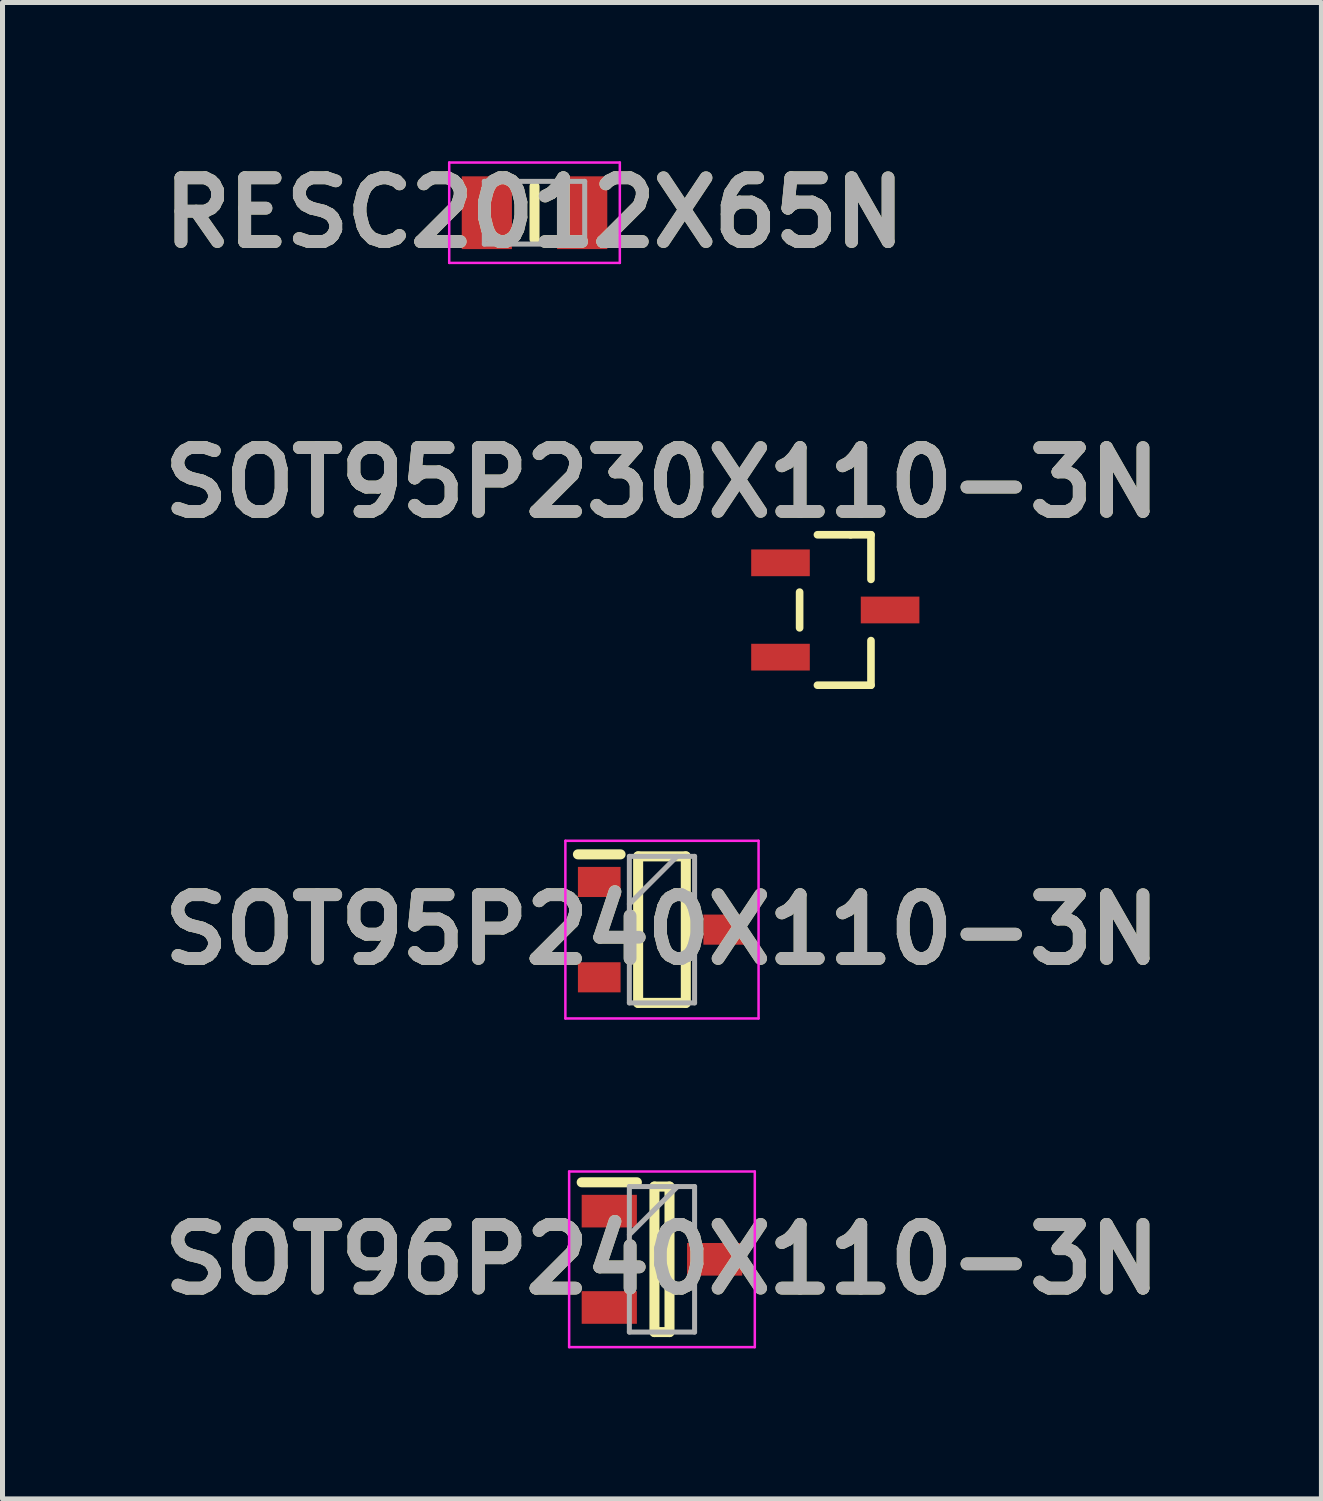
<source format=kicad_pcb>
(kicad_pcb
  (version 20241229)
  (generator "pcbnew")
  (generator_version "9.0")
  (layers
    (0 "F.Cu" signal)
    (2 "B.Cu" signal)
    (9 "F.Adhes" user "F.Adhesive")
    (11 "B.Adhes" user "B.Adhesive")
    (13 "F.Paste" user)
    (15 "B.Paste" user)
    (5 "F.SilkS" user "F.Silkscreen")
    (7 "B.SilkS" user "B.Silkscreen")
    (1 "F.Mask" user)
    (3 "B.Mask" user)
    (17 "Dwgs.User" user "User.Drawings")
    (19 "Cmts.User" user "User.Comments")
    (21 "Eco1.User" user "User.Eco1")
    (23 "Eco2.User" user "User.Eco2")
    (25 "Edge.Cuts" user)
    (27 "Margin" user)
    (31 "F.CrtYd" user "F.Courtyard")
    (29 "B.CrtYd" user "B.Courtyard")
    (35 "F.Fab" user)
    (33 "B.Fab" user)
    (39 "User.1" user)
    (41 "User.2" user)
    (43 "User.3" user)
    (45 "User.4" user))
  (footprint "SOT95P230X110-3N"
    (layer "F.Cu")
    (at 13.596 9.106)
    (property "Reference" "SOT95P230X110-3N" (at -3.454 -2.54 0) (layer "F.SilkS") (effects (font (size 1.27 1.27) (thickness 0.254))))
    (attr smd)
    (fp_line (start -0.711 -0.356) (end -0.711 0.356) (stroke (width 0.152) (type solid)) (layer "F.SilkS"))
    (fp_line (start -0.356 1.499) (end 0.711 1.499) (stroke (width 0.152) (type solid)) (layer "F.SilkS"))
    (fp_line (start 0.305 -1.499) (end -0.356 -1.499) (stroke (width 0.152) (type solid)) (layer "F.SilkS"))
    (fp_line (start 0.711 -1.499) (end 0.305 -1.499) (stroke (width 0.152) (type solid)) (layer "F.SilkS"))
    (fp_line (start 0.711 -0.61) (end 0.711 -1.499) (stroke (width 0.152) (type solid)) (layer "F.SilkS"))
    (fp_line (start 0.711 1.499) (end 0.711 0.61) (stroke (width 0.152) (type solid)) (layer "F.SilkS"))
    (fp_text user "${REFERENCE}" (at -3.454 -2.54 0) (layer "F.Fab") (effects (font (size 1.27 1.27) (thickness 0.254))))
    (pad "1" smd rect (at -1.092 -0.94 90) (size 0.533 1.168) (layers "F.Cu" "F.Mask" "F.Paste"))
    (pad "2" smd rect (at -1.092 0.94 90) (size 0.533 1.168) (layers "F.Cu" "F.Mask" "F.Paste"))
    (pad "3" smd rect (at 1.092 0 90) (size 0.533 1.168) (layers "F.Cu" "F.Mask" "F.Paste")))
  (footprint "SOT95P240X110-3N"
    (layer "F.Cu")
    (at 10.142 15.476)
    (property "Reference" "SOT95P240X110-3N" (at 0 0 0) (layer "F.SilkS") (effects (font (size 1.27 1.27) (thickness 0.254))))
    (attr smd)
    (fp_line (start -1.675 -1.5) (end -0.825 -1.5) (stroke (width 0.2) (type solid)) (layer "F.SilkS"))
    (fp_line (start -0.475 -1.46) (end 0.475 -1.46) (stroke (width 0.2) (type solid)) (layer "F.SilkS"))
    (fp_line (start -0.475 1.46) (end -0.475 -1.46) (stroke (width 0.2) (type solid)) (layer "F.SilkS"))
    (fp_line (start 0.475 -1.46) (end 0.475 1.46) (stroke (width 0.2) (type solid)) (layer "F.SilkS"))
    (fp_line (start 0.475 1.46) (end -0.475 1.46) (stroke (width 0.2) (type solid)) (layer "F.SilkS"))
    (fp_line (start -1.925 -1.77) (end 1.925 -1.77) (stroke (width 0.05) (type solid)) (layer "F.CrtYd"))
    (fp_line (start -1.925 1.77) (end -1.925 -1.77) (stroke (width 0.05) (type solid)) (layer "F.CrtYd"))
    (fp_line (start 1.925 -1.77) (end 1.925 1.77) (stroke (width 0.05) (type solid)) (layer "F.CrtYd"))
    (fp_line (start 1.925 1.77) (end -1.925 1.77) (stroke (width 0.05) (type solid)) (layer "F.CrtYd"))
    (fp_line (start -0.65 -1.46) (end 0.65 -1.46) (stroke (width 0.1) (type solid)) (layer "F.Fab"))
    (fp_line (start -0.65 -0.51) (end 0.3 -1.46) (stroke (width 0.1) (type solid)) (layer "F.Fab"))
    (fp_line (start -0.65 1.46) (end -0.65 -1.46) (stroke (width 0.1) (type solid)) (layer "F.Fab"))
    (fp_line (start 0.65 -1.46) (end 0.65 1.46) (stroke (width 0.1) (type solid)) (layer "F.Fab"))
    (fp_line (start 0.65 1.46) (end -0.65 1.46) (stroke (width 0.1) (type solid)) (layer "F.Fab"))
    (fp_text user "${REFERENCE}" (at 0 0 0) (layer "F.Fab") (effects (font (size 1.27 1.27) (thickness 0.254))))
    (pad "1" smd rect (at -1.25 -0.95 90) (size 0.6 0.85) (layers "F.Cu" "F.Mask" "F.Paste"))
    (pad "2" smd rect (at -1.25 0.95 90) (size 0.6 0.85) (layers "F.Cu" "F.Mask" "F.Paste"))
    (pad "3" smd rect (at 1.25 0 90) (size 0.6 0.85) (layers "F.Cu" "F.Mask" "F.Paste")))
  (footprint "RESC2012X65N"
    (layer "F.Cu")
    (at 7.602 1.189)
    (property "Reference" "RESC2012X65N" (at 0 0 0) (layer "F.SilkS") (effects (font (size 1.27 1.27) (thickness 0.254))))
    (attr smd)
    (fp_line (start 0 -0.525) (end 0 0.525) (stroke (width 0.2) (type solid)) (layer "F.SilkS"))
    (fp_line (start -1.7 -1) (end 1.7 -1) (stroke (width 0.05) (type solid)) (layer "F.CrtYd"))
    (fp_line (start -1.7 1) (end -1.7 -1) (stroke (width 0.05) (type solid)) (layer "F.CrtYd"))
    (fp_line (start 1.7 -1) (end 1.7 1) (stroke (width 0.05) (type solid)) (layer "F.CrtYd"))
    (fp_line (start 1.7 1) (end -1.7 1) (stroke (width 0.05) (type solid)) (layer "F.CrtYd"))
    (fp_line (start -1 -0.625) (end 1 -0.625) (stroke (width 0.1) (type solid)) (layer "F.Fab"))
    (fp_line (start -1 0.625) (end -1 -0.625) (stroke (width 0.1) (type solid)) (layer "F.Fab"))
    (fp_line (start 1 -0.625) (end 1 0.625) (stroke (width 0.1) (type solid)) (layer "F.Fab"))
    (fp_line (start 1 0.625) (end -1 0.625) (stroke (width 0.1) (type solid)) (layer "F.Fab"))
    (fp_text user "${REFERENCE}" (at 0 0 0) (layer "F.Fab") (effects (font (size 1.27 1.27) (thickness 0.254))))
    (pad "1" smd rect (at -0.95 0) (size 1 1.45) (layers "F.Cu" "F.Mask" "F.Paste"))
    (pad "2" smd rect (at 0.95 0) (size 1 1.45) (layers "F.Cu" "F.Mask" "F.Paste")))
  (footprint "SOT96P240X110-3N"
    (layer "F.Cu")
    (at 10.142 22.046)
    (property "Reference" "SOT96P240X110-3N" (at 0 0 0) (layer "F.SilkS") (effects (font (size 1.27 1.27) (thickness 0.254))))
    (attr smd)
    (fp_line (start -1.6 -1.535) (end -0.5 -1.535) (stroke (width 0.2) (type solid)) (layer "F.SilkS"))
    (fp_line (start -0.15 -1.45) (end 0.15 -1.45) (stroke (width 0.2) (type solid)) (layer "F.SilkS"))
    (fp_line (start -0.15 1.45) (end -0.15 -1.45) (stroke (width 0.2) (type solid)) (layer "F.SilkS"))
    (fp_line (start 0.15 -1.45) (end 0.15 1.45) (stroke (width 0.2) (type solid)) (layer "F.SilkS"))
    (fp_line (start 0.15 1.45) (end -0.15 1.45) (stroke (width 0.2) (type solid)) (layer "F.SilkS"))
    (fp_line (start -1.85 -1.75) (end 1.85 -1.75) (stroke (width 0.05) (type solid)) (layer "F.CrtYd"))
    (fp_line (start -1.85 1.75) (end -1.85 -1.75) (stroke (width 0.05) (type solid)) (layer "F.CrtYd"))
    (fp_line (start 1.85 -1.75) (end 1.85 1.75) (stroke (width 0.05) (type solid)) (layer "F.CrtYd"))
    (fp_line (start 1.85 1.75) (end -1.85 1.75) (stroke (width 0.05) (type solid)) (layer "F.CrtYd"))
    (fp_line (start -0.65 -1.45) (end 0.65 -1.45) (stroke (width 0.1) (type solid)) (layer "F.Fab"))
    (fp_line (start -0.65 -0.49) (end 0.31 -1.45) (stroke (width 0.1) (type solid)) (layer "F.Fab"))
    (fp_line (start -0.65 1.45) (end -0.65 -1.45) (stroke (width 0.1) (type solid)) (layer "F.Fab"))
    (fp_line (start 0.65 -1.45) (end 0.65 1.45) (stroke (width 0.1) (type solid)) (layer "F.Fab"))
    (fp_line (start 0.65 1.45) (end -0.65 1.45) (stroke (width 0.1) (type solid)) (layer "F.Fab"))
    (fp_text user "${REFERENCE}" (at 0 0 0) (layer "F.Fab") (effects (font (size 1.27 1.27) (thickness 0.254))))
    (pad "1" smd rect (at -1.05 -0.96 90) (size 0.65 1.1) (layers "F.Cu" "F.Mask" "F.Paste"))
    (pad "2" smd rect (at -1.05 0.96 90) (size 0.65 1.1) (layers "F.Cu" "F.Mask" "F.Paste"))
    (pad "3" smd rect (at 1.05 0 90) (size 0.65 1.1) (layers "F.Cu" "F.Mask" "F.Paste")))
  (gr_rect
    (start -3 -3)
    (end 23.284 26.821)
    (stroke (width 0.1) (type default))
    (fill no)
    (layer "Edge.Cuts")))
</source>
